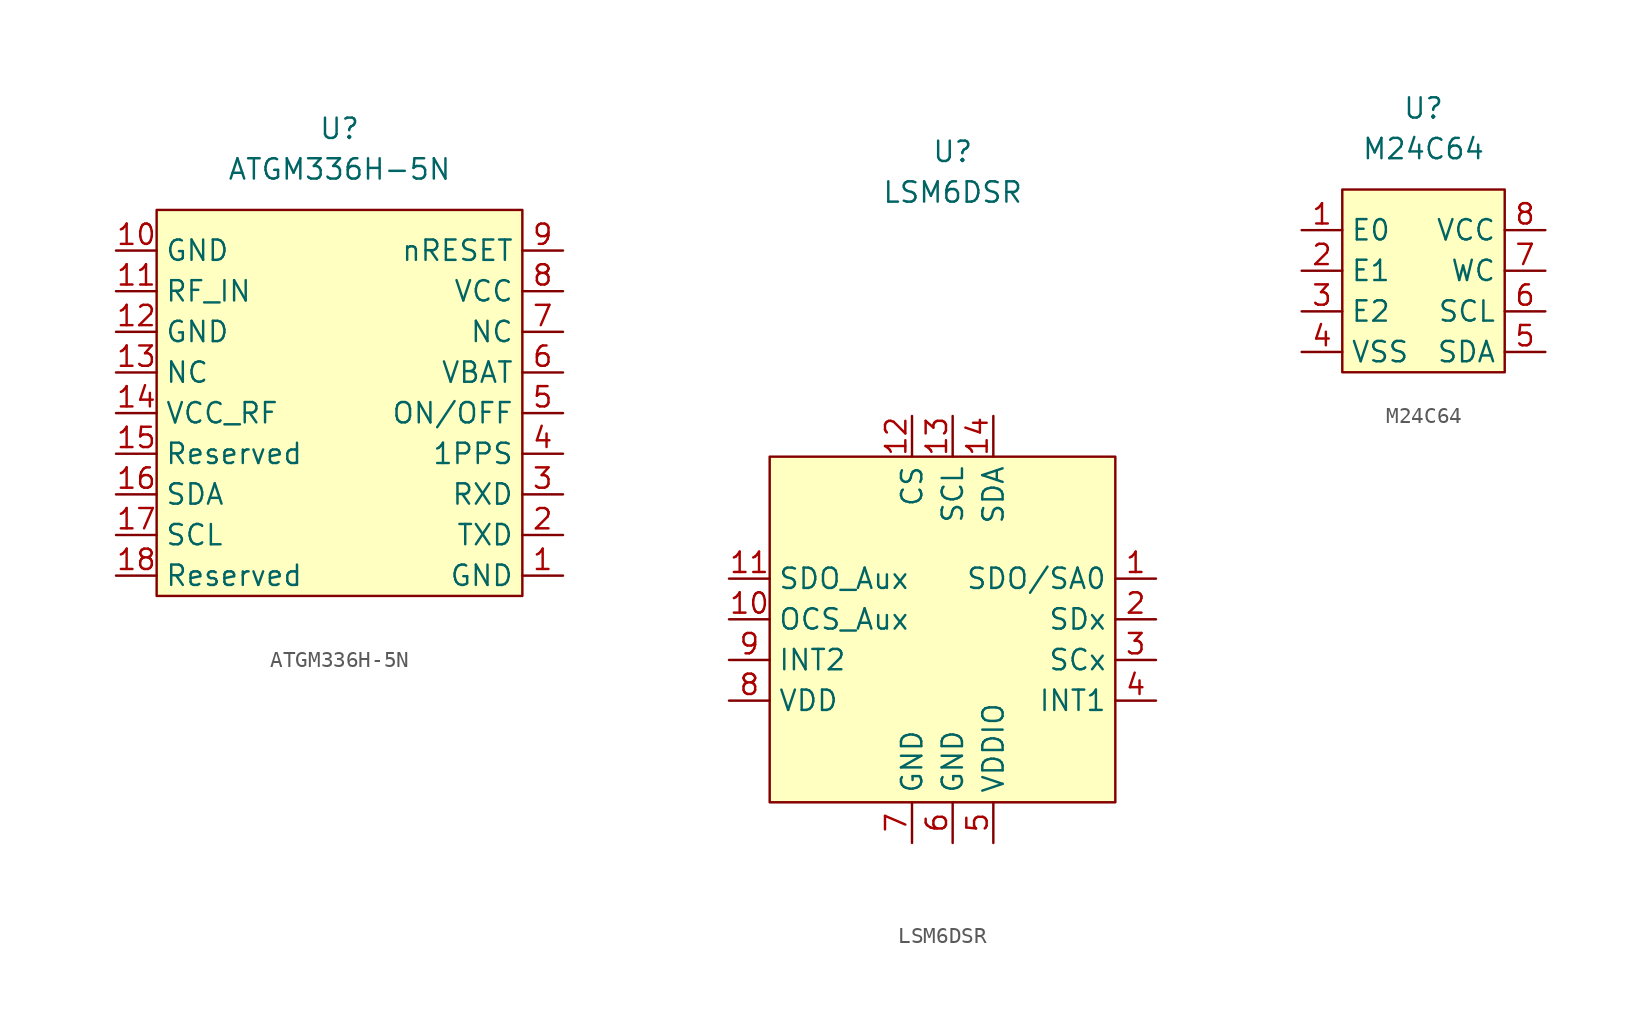
<source format=kicad_sym>
(kicad_symbol_lib
  (version 20211014)
  (generator kicad_symbol_editor)
  (symbol "ATGM336H-5N"
    (property "Reference" "U"
      (at 0 5.08 0)
      (effects (font (size 1.27 1.27))))
    (property "Value" "ATGM336H-5N"
      (at 0 2.54 0)
      (effects (font (size 1.27 1.27))))
    (symbol "ATGM336H-5N_0_1"
      (rectangle (start -11.43 0) (end 11.43 -24.13) (stroke (width 0) (type default) (color 0 0 0 0)) (fill (type background))))
    (symbol "ATGM336H-5N_1_1"
      (pin bidirectional line (at 13.97 -22.86 180) (length 2.54) (name "GND" (effects (font (size 1.27 1.27)))) (number "1" (effects (font (size 1.27 1.27)))))
      (pin bidirectional line (at -13.97 -2.54 0) (length 2.54) (name "GND" (effects (font (size 1.27 1.27)))) (number "10" (effects (font (size 1.27 1.27)))))
      (pin bidirectional line (at -13.97 -5.08 0) (length 2.54) (name "RF_IN" (effects (font (size 1.27 1.27)))) (number "11" (effects (font (size 1.27 1.27)))))
      (pin bidirectional line (at -13.97 -7.62 0) (length 2.54) (name "GND" (effects (font (size 1.27 1.27)))) (number "12" (effects (font (size 1.27 1.27)))))
      (pin bidirectional line (at -13.97 -10.16 0) (length 2.54) (name "NC" (effects (font (size 1.27 1.27)))) (number "13" (effects (font (size 1.27 1.27)))))
      (pin bidirectional line (at -13.97 -12.7 0) (length 2.54) (name "VCC_RF" (effects (font (size 1.27 1.27)))) (number "14" (effects (font (size 1.27 1.27)))))
      (pin bidirectional line (at -13.97 -15.24 0) (length 2.54) (name "Reserved" (effects (font (size 1.27 1.27)))) (number "15" (effects (font (size 1.27 1.27)))))
      (pin bidirectional line (at -13.97 -17.78 0) (length 2.54) (name "SDA" (effects (font (size 1.27 1.27)))) (number "16" (effects (font (size 1.27 1.27)))))
      (pin bidirectional line (at -13.97 -20.32 0) (length 2.54) (name "SCL" (effects (font (size 1.27 1.27)))) (number "17" (effects (font (size 1.27 1.27)))))
      (pin bidirectional line (at -13.97 -22.86 0) (length 2.54) (name "Reserved" (effects (font (size 1.27 1.27)))) (number "18" (effects (font (size 1.27 1.27)))))
      (pin bidirectional line (at 13.97 -20.32 180) (length 2.54) (name "TXD" (effects (font (size 1.27 1.27)))) (number "2" (effects (font (size 1.27 1.27)))))
      (pin bidirectional line (at 13.97 -17.78 180) (length 2.54) (name "RXD" (effects (font (size 1.27 1.27)))) (number "3" (effects (font (size 1.27 1.27)))))
      (pin bidirectional line (at 13.97 -15.24 180) (length 2.54) (name "1PPS" (effects (font (size 1.27 1.27)))) (number "4" (effects (font (size 1.27 1.27)))))
      (pin bidirectional line (at 13.97 -12.7 180) (length 2.54) (name "ON/OFF" (effects (font (size 1.27 1.27)))) (number "5" (effects (font (size 1.27 1.27)))))
      (pin bidirectional line (at 13.97 -10.16 180) (length 2.54) (name "VBAT" (effects (font (size 1.27 1.27)))) (number "6" (effects (font (size 1.27 1.27)))))
      (pin bidirectional line (at 13.97 -7.62 180) (length 2.54) (name "NC" (effects (font (size 1.27 1.27)))) (number "7" (effects (font (size 1.27 1.27)))))
      (pin bidirectional line (at 13.97 -5.08 180) (length 2.54) (name "VCC" (effects (font (size 1.27 1.27)))) (number "8" (effects (font (size 1.27 1.27)))))
      (pin bidirectional line (at 13.97 -2.54 180) (length 2.54) (name "nRESET" (effects (font (size 1.27 1.27)))) (number "9" (effects (font (size 1.27 1.27)))))))
  (symbol "LSM6DSR"
    (property "Reference" "U"
      (at 0 0 0)
      (effects (font (size 1.27 1.27))))
    (property "Value" "LSM6DSR"
      (at 0 -2.54 0)
      (effects (font (size 1.27 1.27))))
    (symbol "LSM6DSR_0_1"
      (rectangle (start -11.43 -19.05) (end 10.16 -40.64) (stroke (width 0) (type default) (color 0 0 0 0)) (fill (type background))))
    (symbol "LSM6DSR_1_1"
      (pin bidirectional line (at 12.7 -26.67 180) (length 2.54) (name "SDO/SA0" (effects (font (size 1.27 1.27)))) (number "1" (effects (font (size 1.27 1.27)))))
      (pin bidirectional line (at -13.97 -29.21 0) (length 2.54) (name "OCS_Aux" (effects (font (size 1.27 1.27)))) (number "10" (effects (font (size 1.27 1.27)))))
      (pin bidirectional line (at -13.97 -26.67 0) (length 2.54) (name "SDO_Aux" (effects (font (size 1.27 1.27)))) (number "11" (effects (font (size 1.27 1.27)))))
      (pin bidirectional line (at -2.54 -16.51 270) (length 2.54) (name "CS" (effects (font (size 1.27 1.27)))) (number "12" (effects (font (size 1.27 1.27)))))
      (pin bidirectional line (at 0 -16.51 270) (length 2.54) (name "SCL" (effects (font (size 1.27 1.27)))) (number "13" (effects (font (size 1.27 1.27)))))
      (pin bidirectional line (at 2.54 -16.51 270) (length 2.54) (name "SDA" (effects (font (size 1.27 1.27)))) (number "14" (effects (font (size 1.27 1.27)))))
      (pin bidirectional line (at 12.7 -29.21 180) (length 2.54) (name "SDx" (effects (font (size 1.27 1.27)))) (number "2" (effects (font (size 1.27 1.27)))))
      (pin bidirectional line (at 12.7 -31.75 180) (length 2.54) (name "SCx" (effects (font (size 1.27 1.27)))) (number "3" (effects (font (size 1.27 1.27)))))
      (pin bidirectional line (at 12.7 -34.29 180) (length 2.54) (name "INT1" (effects (font (size 1.27 1.27)))) (number "4" (effects (font (size 1.27 1.27)))))
      (pin bidirectional line (at 2.54 -43.18 90) (length 2.54) (name "VDDIO" (effects (font (size 1.27 1.27)))) (number "5" (effects (font (size 1.27 1.27)))))
      (pin bidirectional line (at 0 -43.18 90) (length 2.54) (name "GND" (effects (font (size 1.27 1.27)))) (number "6" (effects (font (size 1.27 1.27)))))
      (pin bidirectional line (at -2.54 -43.18 90) (length 2.54) (name "GND" (effects (font (size 1.27 1.27)))) (number "7" (effects (font (size 1.27 1.27)))))
      (pin bidirectional line (at -13.97 -34.29 0) (length 2.54) (name "VDD" (effects (font (size 1.27 1.27)))) (number "8" (effects (font (size 1.27 1.27)))))
      (pin bidirectional line (at -13.97 -31.75 0) (length 2.54) (name "INT2" (effects (font (size 1.27 1.27)))) (number "9" (effects (font (size 1.27 1.27)))))))
  (symbol "M24C64"
    (property "Reference" "U"
      (at 0 0 0)
      (effects (font (size 1.27 1.27))))
    (property "Value" "M24C64"
      (at 0 -2.54 0)
      (effects (font (size 1.27 1.27))))
    (symbol "M24C64_0_1"
      (rectangle (start -5.08 -5.08) (end 5.08 -16.51) (stroke (width 0) (type default) (color 0 0 0 0)) (fill (type background))))
    (symbol "M24C64_1_1"
      (pin bidirectional line (at -7.62 -7.62 0) (length 2.54) (name "E0" (effects (font (size 1.27 1.27)))) (number "1" (effects (font (size 1.27 1.27)))))
      (pin bidirectional line (at -7.62 -10.16 0) (length 2.54) (name "E1" (effects (font (size 1.27 1.27)))) (number "2" (effects (font (size 1.27 1.27)))))
      (pin bidirectional line (at -7.62 -12.7 0) (length 2.54) (name "E2" (effects (font (size 1.27 1.27)))) (number "3" (effects (font (size 1.27 1.27)))))
      (pin bidirectional line (at -7.62 -15.24 0) (length 2.54) (name "VSS" (effects (font (size 1.27 1.27)))) (number "4" (effects (font (size 1.27 1.27)))))
      (pin bidirectional line (at 7.62 -15.24 180) (length 2.54) (name "SDA" (effects (font (size 1.27 1.27)))) (number "5" (effects (font (size 1.27 1.27)))))
      (pin bidirectional line (at 7.62 -12.7 180) (length 2.54) (name "SCL" (effects (font (size 1.27 1.27)))) (number "6" (effects (font (size 1.27 1.27)))))
      (pin bidirectional line (at 7.62 -10.16 180) (length 2.54) (name "WC" (effects (font (size 1.27 1.27)))) (number "7" (effects (font (size 1.27 1.27)))))
      (pin bidirectional line (at 7.62 -7.62 180) (length 2.54) (name "VCC" (effects (font (size 1.27 1.27)))) (number "8" (effects (font (size 1.27 1.27))))))))
</source>
